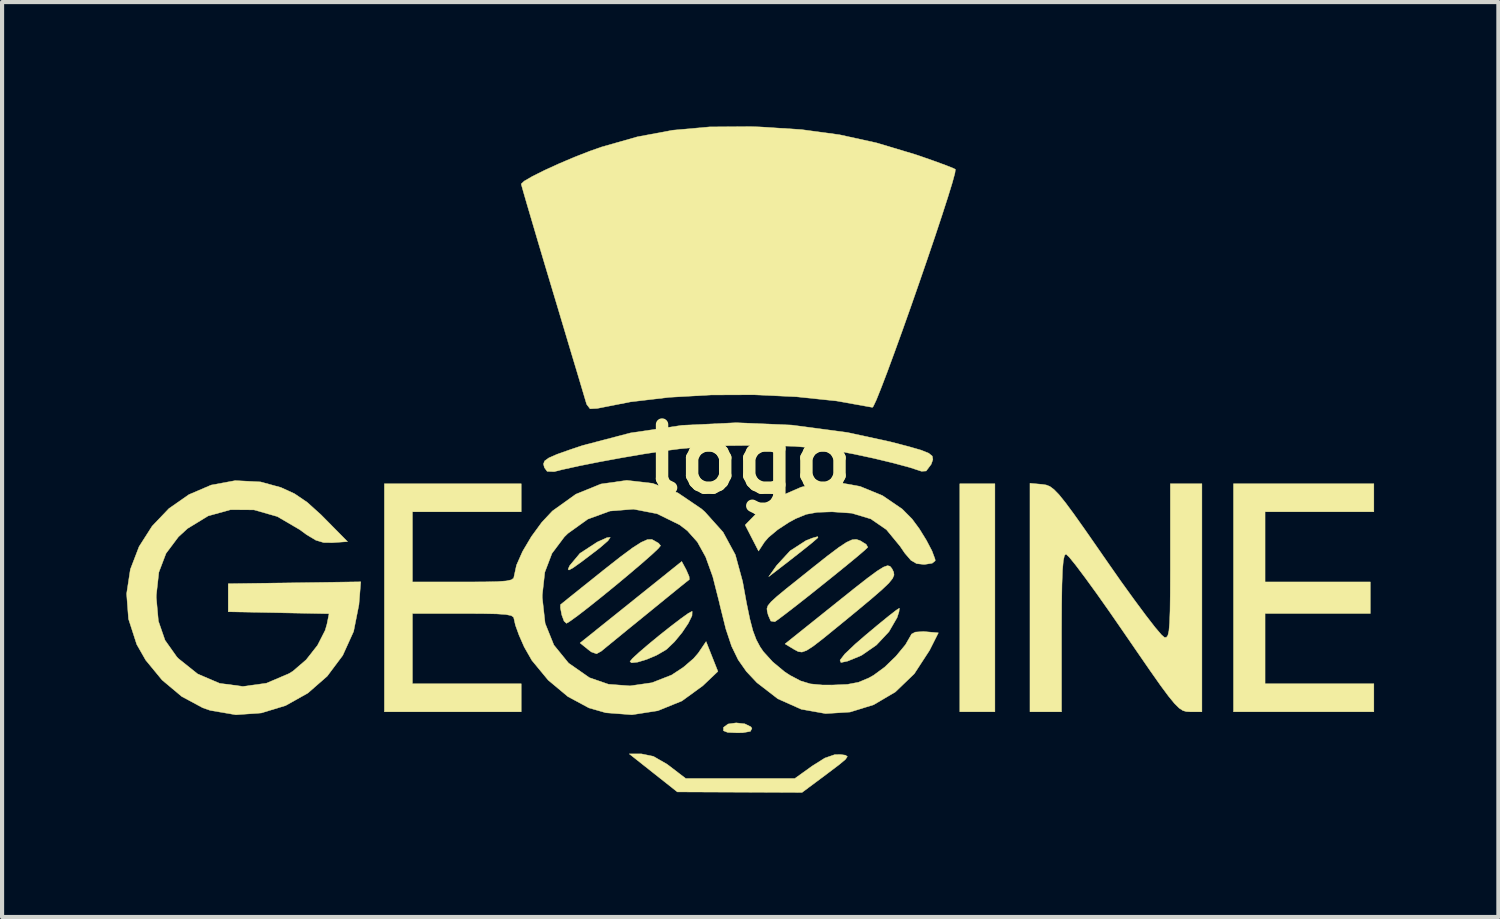
<source format=kicad_pcb>
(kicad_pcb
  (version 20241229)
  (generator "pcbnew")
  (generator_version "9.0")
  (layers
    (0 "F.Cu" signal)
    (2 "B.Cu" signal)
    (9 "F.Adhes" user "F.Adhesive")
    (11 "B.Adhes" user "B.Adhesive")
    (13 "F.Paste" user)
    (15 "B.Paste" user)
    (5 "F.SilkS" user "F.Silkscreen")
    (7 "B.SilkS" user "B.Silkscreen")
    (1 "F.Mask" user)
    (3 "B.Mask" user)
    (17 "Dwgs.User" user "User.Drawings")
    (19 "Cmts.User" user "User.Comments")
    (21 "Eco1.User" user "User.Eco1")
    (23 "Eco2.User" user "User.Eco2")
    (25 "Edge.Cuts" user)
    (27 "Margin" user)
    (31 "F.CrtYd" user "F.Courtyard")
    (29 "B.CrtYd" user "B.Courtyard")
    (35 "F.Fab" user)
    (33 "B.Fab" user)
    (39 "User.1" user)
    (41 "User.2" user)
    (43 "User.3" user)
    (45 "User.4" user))
  (footprint "logo"
    (layer "F.Cu")
    (at 15.03 8.029)
    (property "Reference" "logo" (at 0 0 0) (layer "F.SilkS") (effects (font (size 1.524 1.524) (thickness 0.3))))
    (attr through_hole)
    (fp_poly (pts (xy 5.927 6.096) (xy 5.08 6.096) (xy 5.08 0.593) (xy 5.927 0.593) (xy 5.927 6.096)) (stroke (width 0.01) (type solid)) (fill yes) (layer "F.SilkS"))
    (fp_poly (pts (xy -0.108 6.387) (xy 0.039 6.459) (xy 0.064 6.498) (xy 0.027 6.569) (xy -0.155 6.601) (xy -0.287 6.604) (xy -0.522 6.594) (xy -0.623 6.554) (xy -0.622 6.473) (xy -0.512 6.391) (xy -0.316 6.364) (xy -0.108 6.387)) (stroke (width 0.01) (type solid)) (fill yes) (layer "F.SilkS"))
    (fp_poly (pts (xy 1.658 1.894) (xy 1.54 1.997) (xy 1.482 2.045) (xy 1.263 2.22) (xy 0.991 2.433) (xy 0.848 2.544) (xy 0.469 2.836) (xy 0.661 2.565) (xy 0.986 2.212) (xy 1.372 1.963) (xy 1.524 1.904) (xy 1.65 1.869) (xy 1.658 1.894)) (stroke (width 0.01) (type solid)) (fill yes) (layer "F.SilkS"))
    (fp_poly (pts (xy 15.071 1.27) (xy 12.446 1.27) (xy 12.446 2.963) (xy 14.986 2.963) (xy 14.986 3.725) (xy 12.446 3.725) (xy 12.446 5.419) (xy 15.071 5.419) (xy 15.071 6.096) (xy 11.684 6.096) (xy 11.684 0.593) (xy 15.071 0.593) (xy 15.071 1.27)) (stroke (width 0.01) (type solid)) (fill yes) (layer "F.SilkS"))
    (fp_poly (pts (xy -3.41 1.97) (xy -3.601 2.136) (xy -3.746 2.248) (xy -4.055 2.482) (xy -4.25 2.621) (xy -4.35 2.676) (xy -4.372 2.657) (xy -4.336 2.574) (xy -4.333 2.569) (xy -4.086 2.273) (xy -3.675 2.005) (xy -3.654 1.994) (xy -3.435 1.895) (xy -3.354 1.888) (xy -3.41 1.97)) (stroke (width 0.01) (type solid)) (fill yes) (layer "F.SilkS"))
    (fp_poly (pts (xy 3.622 3.597) (xy 3.613 3.681) (xy 3.567 3.824) (xy 3.37 4.164) (xy 3.069 4.485) (xy 2.724 4.725) (xy 2.671 4.752) (xy 2.372 4.874) (xy 2.212 4.908) (xy 2.19 4.851) (xy 2.306 4.701) (xy 2.561 4.459) (xy 2.81 4.244) (xy 3.114 3.99) (xy 3.367 3.784) (xy 3.545 3.646) (xy 3.621 3.597) (xy 3.622 3.597)) (stroke (width 0.01) (type solid)) (fill yes) (layer "F.SilkS"))
    (fp_poly (pts (xy -1.52 2.674) (xy -1.452 2.831) (xy -1.446 2.905) (xy -1.53 2.971) (xy -1.717 3.122) (xy -1.979 3.335) (xy -2.287 3.586) (xy -2.615 3.853) (xy -2.934 4.112) (xy -3.215 4.342) (xy -3.432 4.519) (xy -3.555 4.621) (xy -3.565 4.63) (xy -3.685 4.697) (xy -3.811 4.653) (xy -3.892 4.591) (xy -4.083 4.436) (xy -2.857 3.453) (xy -1.63 2.469) (xy -1.52 2.674)) (stroke (width 0.01) (type solid)) (fill yes) (layer "F.SilkS"))
    (fp_poly (pts (xy -2.315 7.171) (xy -1.988 7.359) (xy -1.922 7.408) (xy -1.534 7.705) (xy 1.1 7.705) (xy 1.521 7.403) (xy 1.824 7.212) (xy 2.063 7.13) (xy 2.203 7.128) (xy 2.322 7.144) (xy 2.367 7.177) (xy 2.32 7.246) (xy 2.169 7.372) (xy 1.898 7.577) (xy 1.869 7.599) (xy 1.273 8.043) (xy -1.736 8.03) (xy -2.316 7.571) (xy -2.896 7.112) (xy -2.603 7.112) (xy -2.315 7.171)) (stroke (width 0.01) (type solid)) (fill yes) (layer "F.SilkS"))
    (fp_poly (pts (xy -1.378 3.674) (xy -1.382 3.778) (xy -1.473 3.963) (xy -1.623 4.186) (xy -1.804 4.406) (xy -1.985 4.58) (xy -2.028 4.611) (xy -2.238 4.732) (xy -2.475 4.832) (xy -2.692 4.898) (xy -2.84 4.914) (xy -2.879 4.884) (xy -2.818 4.809) (xy -2.657 4.661) (xy -2.428 4.465) (xy -2.163 4.247) (xy -1.893 4.033) (xy -1.652 3.849) (xy -1.471 3.72) (xy -1.381 3.672) (xy -1.378 3.674)) (stroke (width 0.01) (type solid)) (fill yes) (layer "F.SilkS"))
    (fp_poly (pts (xy 3.395 2.584) (xy 3.439 2.636) (xy 3.449 2.653) (xy 3.484 2.726) (xy 3.493 2.796) (xy 3.458 2.879) (xy 3.367 2.992) (xy 3.203 3.148) (xy 2.953 3.365) (xy 2.602 3.658) (xy 2.134 4.042) (xy 2.127 4.047) (xy 1.785 4.326) (xy 1.546 4.511) (xy 1.384 4.616) (xy 1.271 4.656) (xy 1.182 4.644) (xy 1.088 4.594) (xy 1.082 4.591) (xy 0.863 4.458) (xy 2.104 3.464) (xy 2.537 3.118) (xy 2.858 2.867) (xy 3.085 2.7) (xy 3.238 2.605) (xy 3.335 2.57) (xy 3.395 2.584)) (stroke (width 0.01) (type solid)) (fill yes) (layer "F.SilkS"))
    (fp_poly (pts (xy -2.341 1.942) (xy -2.19 2.027) (xy -2.14 2.088) (xy -2.196 2.157) (xy -2.359 2.31) (xy -2.603 2.524) (xy -2.903 2.779) (xy -3.232 3.053) (xy -3.566 3.325) (xy -3.878 3.574) (xy -4.142 3.778) (xy -4.332 3.915) (xy -4.41 3.962) (xy -4.469 3.91) (xy -4.524 3.761) (xy -4.557 3.589) (xy -4.555 3.511) (xy -4.483 3.453) (xy -4.303 3.307) (xy -4.037 3.094) (xy -3.709 2.832) (xy -3.522 2.682) (xy -3.116 2.363) (xy -2.817 2.141) (xy -2.604 2.005) (xy -2.458 1.941) (xy -2.357 1.937) (xy -2.341 1.942)) (stroke (width 0.01) (type solid)) (fill yes) (layer "F.SilkS"))
    (fp_poly (pts (xy 2.673 1.966) (xy 2.674 1.966) (xy 2.82 2.056) (xy 2.86 2.125) (xy 2.79 2.193) (xy 2.615 2.343) (xy 2.359 2.554) (xy 2.05 2.805) (xy 1.716 3.073) (xy 1.383 3.338) (xy 1.077 3.578) (xy 0.826 3.771) (xy 0.657 3.896) (xy 0.616 3.923) (xy 0.519 3.907) (xy 0.457 3.765) (xy 0.434 3.677) (xy 0.426 3.607) (xy 0.451 3.534) (xy 0.527 3.442) (xy 0.67 3.311) (xy 0.899 3.122) (xy 1.231 2.857) (xy 1.508 2.635) (xy 1.886 2.336) (xy 2.158 2.131) (xy 2.349 2.005) (xy 2.482 1.945) (xy 2.582 1.936) (xy 2.673 1.966)) (stroke (width 0.01) (type solid)) (fill yes) (layer "F.SilkS"))
    (fp_poly (pts (xy 2.675 0.658) (xy 3.215 0.88) (xy 3.69 1.204) (xy 3.927 1.443) (xy 4.102 1.679) (xy 4.272 1.954) (xy 4.409 2.215) (xy 4.482 2.411) (xy 4.487 2.452) (xy 4.413 2.512) (xy 4.232 2.54) (xy 4.208 2.54) (xy 4.038 2.521) (xy 3.902 2.442) (xy 3.754 2.27) (xy 3.637 2.099) (xy 3.309 1.701) (xy 2.932 1.442) (xy 2.472 1.304) (xy 1.998 1.271) (xy 1.639 1.283) (xy 1.371 1.332) (xy 1.119 1.436) (xy 0.954 1.526) (xy 0.686 1.702) (xy 0.463 1.888) (xy 0.367 1.999) (xy 0.224 2.218) (xy 0.062 1.903) (xy -0.099 1.589) (xy 0.18 1.302) (xy 0.65 0.937) (xy 1.249 0.677) (xy 1.583 0.59) (xy 2.115 0.556) (xy 2.675 0.658)) (stroke (width 0.01) (type solid)) (fill yes) (layer "F.SilkS"))
    (fp_poly (pts (xy 1.025 -0.822) (xy 2.37 -0.643) (xy 3.402 -0.419) (xy 3.845 -0.304) (xy 4.147 -0.217) (xy 4.329 -0.144) (xy 4.416 -0.073) (xy 4.43 0.008) (xy 4.394 0.113) (xy 4.387 0.128) (xy 4.268 0.286) (xy 4.155 0.293) (xy 3.871 0.2) (xy 3.47 0.092) (xy 3.005 -0.02) (xy 2.524 -0.123) (xy 2.081 -0.206) (xy 1.78 -0.251) (xy 1.098 -0.309) (xy 0.314 -0.334) (xy -0.505 -0.326) (xy -1.294 -0.284) (xy -1.676 -0.249) (xy -2.06 -0.199) (xy -2.542 -0.125) (xy -3.075 -0.034) (xy -3.612 0.065) (xy -4.106 0.163) (xy -4.51 0.252) (xy -4.708 0.302) (xy -4.877 0.295) (xy -4.944 0.204) (xy -4.966 0.116) (xy -4.938 0.043) (xy -4.837 -0.03) (xy -4.639 -0.117) (xy -4.319 -0.23) (xy -4.024 -0.329) (xy -2.869 -0.632) (xy -1.623 -0.816) (xy -0.315 -0.879) (xy 1.025 -0.822)) (stroke (width 0.01) (type solid)) (fill yes) (layer "F.SilkS"))
    (fp_poly (pts (xy 7.069 0.609) (xy 7.163 0.623) (xy 7.253 0.658) (xy 7.351 0.731) (xy 7.473 0.856) (xy 7.63 1.051) (xy 7.837 1.331) (xy 8.107 1.712) (xy 8.453 2.21) (xy 8.623 2.455) (xy 8.966 2.946) (xy 9.285 3.388) (xy 9.564 3.764) (xy 9.789 4.055) (xy 9.947 4.24) (xy 10.02 4.303) (xy 10.066 4.299) (xy 10.101 4.252) (xy 10.126 4.143) (xy 10.142 3.951) (xy 10.153 3.657) (xy 10.158 3.24) (xy 10.16 2.68) (xy 10.16 2.462) (xy 10.16 0.593) (xy 10.922 0.593) (xy 10.922 6.096) (xy 10.635 6.096) (xy 10.546 6.091) (xy 10.463 6.067) (xy 10.373 6.008) (xy 10.262 5.898) (xy 10.118 5.722) (xy 9.927 5.465) (xy 9.677 5.11) (xy 9.355 4.643) (xy 9.047 4.195) (xy 8.701 3.694) (xy 8.382 3.242) (xy 8.103 2.858) (xy 7.878 2.559) (xy 7.72 2.364) (xy 7.642 2.29) (xy 7.641 2.29) (xy 7.605 2.327) (xy 7.578 2.452) (xy 7.558 2.68) (xy 7.545 3.029) (xy 7.538 3.513) (xy 7.535 4.15) (xy 7.535 4.191) (xy 7.535 6.096) (xy 6.773 6.096) (xy 6.773 0.582) (xy 7.069 0.609)) (stroke (width 0.01) (type solid)) (fill yes) (layer "F.SilkS"))
    (fp_poly (pts (xy 0.246 -8.017) (xy 1.261 -7.952) (xy 2.181 -7.827) (xy 3.07 -7.632) (xy 3.997 -7.354) (xy 4.082 -7.326) (xy 4.435 -7.203) (xy 4.725 -7.097) (xy 4.916 -7.022) (xy 4.974 -6.993) (xy 4.962 -6.901) (xy 4.9 -6.673) (xy 4.795 -6.331) (xy 4.655 -5.897) (xy 4.488 -5.392) (xy 4.3 -4.838) (xy 4.1 -4.257) (xy 3.896 -3.672) (xy 3.694 -3.103) (xy 3.502 -2.572) (xy 3.329 -2.102) (xy 3.181 -1.715) (xy 3.067 -1.431) (xy 2.993 -1.274) (xy 2.972 -1.249) (xy 2.107 -1.404) (xy 1.14 -1.505) (xy 0.116 -1.553) (xy -0.923 -1.549) (xy -1.931 -1.492) (xy -2.866 -1.382) (xy -3.669 -1.224) (xy -3.842 -1.215) (xy -3.923 -1.322) (xy -3.925 -1.326) (xy -3.96 -1.443) (xy -4.037 -1.702) (xy -4.15 -2.081) (xy -4.294 -2.559) (xy -4.46 -3.115) (xy -4.644 -3.73) (xy -4.737 -4.039) (xy -4.925 -4.666) (xy -5.096 -5.241) (xy -5.244 -5.743) (xy -5.365 -6.153) (xy -5.451 -6.45) (xy -5.497 -6.614) (xy -5.503 -6.641) (xy -5.43 -6.71) (xy -5.231 -6.825) (xy -4.94 -6.97) (xy -4.59 -7.13) (xy -4.213 -7.29) (xy -3.844 -7.434) (xy -3.565 -7.532) (xy -2.7 -7.778) (xy -1.848 -7.937) (xy -0.957 -8.017) (xy 0.027 -8.024) (xy 0.246 -8.017)) (stroke (width 0.01) (type solid)) (fill yes) (layer "F.SilkS"))
    (fp_poly (pts (xy -11.793 0.549) (xy -11.303 0.683) (xy -10.973 0.834) (xy -10.667 1.042) (xy -10.331 1.345) (xy -10.245 1.432) (xy -9.694 1.99) (xy -10.047 2.015) (xy -10.266 2.014) (xy -10.458 1.957) (xy -10.683 1.822) (xy -10.846 1.702) (xy -11.388 1.385) (xy -11.952 1.224) (xy -12.515 1.22) (xy -13.057 1.37) (xy -13.555 1.674) (xy -13.775 1.876) (xy -14.074 2.274) (xy -14.247 2.729) (xy -14.308 3.279) (xy -14.309 3.344) (xy -14.258 3.907) (xy -14.098 4.37) (xy -13.813 4.772) (xy -13.775 4.812) (xy -13.309 5.184) (xy -12.781 5.41) (xy -12.22 5.485) (xy -11.652 5.407) (xy -11.105 5.174) (xy -11.008 5.113) (xy -10.692 4.841) (xy -10.418 4.492) (xy -10.233 4.129) (xy -10.19 3.98) (xy -10.14 3.73) (xy -12.573 3.683) (xy -12.573 3.006) (xy -10.974 2.983) (xy -9.375 2.96) (xy -9.419 3.512) (xy -9.547 4.157) (xy -9.81 4.737) (xy -10.185 5.238) (xy -10.652 5.646) (xy -11.189 5.947) (xy -11.775 6.125) (xy -12.388 6.169) (xy -13.007 6.063) (xy -13.186 6.001) (xy -13.694 5.728) (xy -14.169 5.33) (xy -14.565 4.849) (xy -14.781 4.47) (xy -14.979 3.857) (xy -15.025 3.248) (xy -14.935 2.66) (xy -14.724 2.11) (xy -14.408 1.615) (xy -14.003 1.191) (xy -13.523 0.856) (xy -12.984 0.625) (xy -12.403 0.518) (xy -11.793 0.549)) (stroke (width 0.01) (type solid)) (fill yes) (layer "F.SilkS"))
    (fp_poly (pts (xy -2.331 0.584) (xy -1.723 0.814) (xy -1.151 1.202) (xy -1.068 1.276) (xy -0.632 1.762) (xy -0.336 2.309) (xy -0.161 2.951) (xy -0.066 3.473) (xy 0.014 3.859) (xy 0.088 4.142) (xy 0.168 4.355) (xy 0.261 4.529) (xy 0.34 4.645) (xy 0.566 4.893) (xy 0.855 5.133) (xy 0.989 5.22) (xy 1.241 5.352) (xy 1.476 5.423) (xy 1.764 5.45) (xy 1.999 5.451) (xy 2.366 5.435) (xy 2.637 5.384) (xy 2.884 5.28) (xy 3 5.215) (xy 3.268 5.018) (xy 3.54 4.755) (xy 3.769 4.478) (xy 3.907 4.238) (xy 3.913 4.222) (xy 4.007 4.173) (xy 4.203 4.16) (xy 4.252 4.164) (xy 4.563 4.191) (xy 4.35 4.614) (xy 3.982 5.179) (xy 3.525 5.618) (xy 3.001 5.927) (xy 2.432 6.103) (xy 1.843 6.14) (xy 1.254 6.035) (xy 0.689 5.783) (xy 0.184 5.393) (xy -0.071 5.122) (xy -0.268 4.841) (xy -0.427 4.513) (xy -0.565 4.099) (xy -0.699 3.562) (xy -0.724 3.453) (xy -0.881 2.835) (xy -1.052 2.36) (xy -1.252 1.999) (xy -1.495 1.727) (xy -1.682 1.584) (xy -2.226 1.317) (xy -2.794 1.207) (xy -3.359 1.252) (xy -3.895 1.447) (xy -4.376 1.792) (xy -4.462 1.876) (xy -4.761 2.274) (xy -4.934 2.729) (xy -4.995 3.279) (xy -4.995 3.344) (xy -4.926 3.962) (xy -4.715 4.486) (xy -4.36 4.922) (xy -3.86 5.271) (xy -3.852 5.275) (xy -3.397 5.432) (xy -2.877 5.471) (xy -2.349 5.395) (xy -1.874 5.209) (xy -1.591 5.023) (xy -1.344 4.811) (xy -1.231 4.68) (xy -1.042 4.402) (xy -0.757 5.122) (xy -1.122 5.469) (xy -1.625 5.835) (xy -2.207 6.071) (xy -2.831 6.168) (xy -3.461 6.12) (xy -3.869 6.003) (xy -4.378 5.729) (xy -4.853 5.332) (xy -5.246 4.856) (xy -5.431 4.532) (xy -5.556 4.247) (xy -5.643 4.007) (xy -5.673 3.873) (xy -5.687 3.815) (xy -5.745 3.775) (xy -5.874 3.749) (xy -6.097 3.734) (xy -6.441 3.727) (xy -6.9 3.725) (xy -8.128 3.725) (xy -8.128 5.419) (xy -5.503 5.419) (xy -5.503 6.096) (xy -8.805 6.096) (xy -8.805 0.593) (xy -5.503 0.593) (xy -5.503 1.27) (xy -8.128 1.27) (xy -8.128 2.963) (xy -6.9 2.963) (xy -6.419 2.962) (xy -6.083 2.955) (xy -5.865 2.939) (xy -5.741 2.912) (xy -5.685 2.871) (xy -5.673 2.815) (xy -5.617 2.558) (xy -5.47 2.226) (xy -5.257 1.867) (xy -5.007 1.525) (xy -4.75 1.251) (xy -4.185 0.846) (xy -3.581 0.6) (xy -2.956 0.512) (xy -2.331 0.584)) (stroke (width 0.01) (type solid)) (fill yes) (layer "F.SilkS")))
  (gr_rect
    (start -3 -3)
    (end 33.106 19.078)
    (stroke (width 0.1) (type default))
    (fill no)
    (layer "Edge.Cuts")))
</source>
